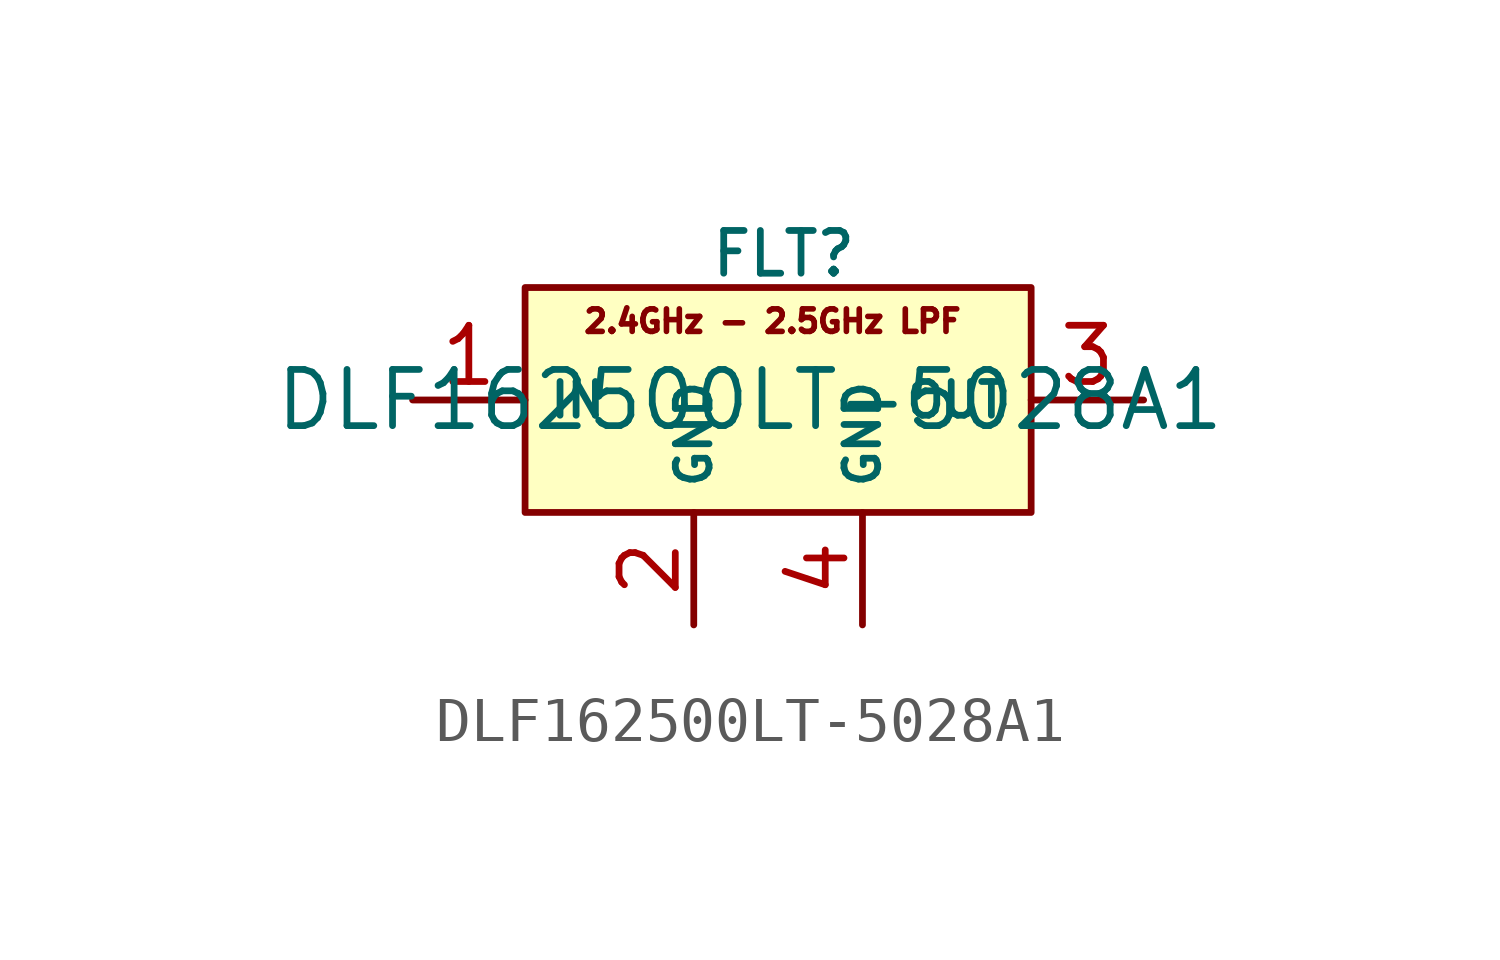
<source format=kicad_sym>
(kicad_symbol_lib
  (version 20241209)
  (generator "kicad_symbol_editor")
  (generator_version "9.0")
  (symbol "DLF162500LT-5028A1"
    (property "Reference" "FLT"
      (at 0.762 3.302 0)
      (effects (font (size 0.965 0.965))))
    (property "Value" "DLF162500LT-5028A1"
      (at 0 0 0)
      (effects (font (size 1.27 1.27))))
    (symbol "DLF162500LT-5028A1_1_0"
      (pin passive line (at -7.62 0 0) (length 2.54) (name "IN" (effects (font (size 0.762 0.762)))) (number "1" (effects (font (size 1.27 1.27)))))
      (pin passive line (at -1.27 -5.08 90) (length 2.54) (name "GND" (effects (font (size 0.762 0.762)))) (number "2" (effects (font (size 1.27 1.27)))))
      (pin passive line (at 2.54 -5.08 90) (length 2.54) (name "GND" (effects (font (size 0.762 0.762)))) (number "4" (effects (font (size 1.27 1.27)))))
      (pin passive line (at 8.89 0 180) (length 2.54) (name "OUT" (effects (font (size 0.762 0.762)))) (number "3" (effects (font (size 1.27 1.27))))))
    (symbol "DLF162500LT-5028A1_1_1"
      (rectangle (start -5.08 2.54) (end 6.35 -2.54) (stroke (width 0) (type solid)) (fill (type background)))
      (text "2.4GHz - 2.5GHz LPF" (at 0.508 1.778 0) (effects (font (size 0.508 0.508)))))))
</source>
